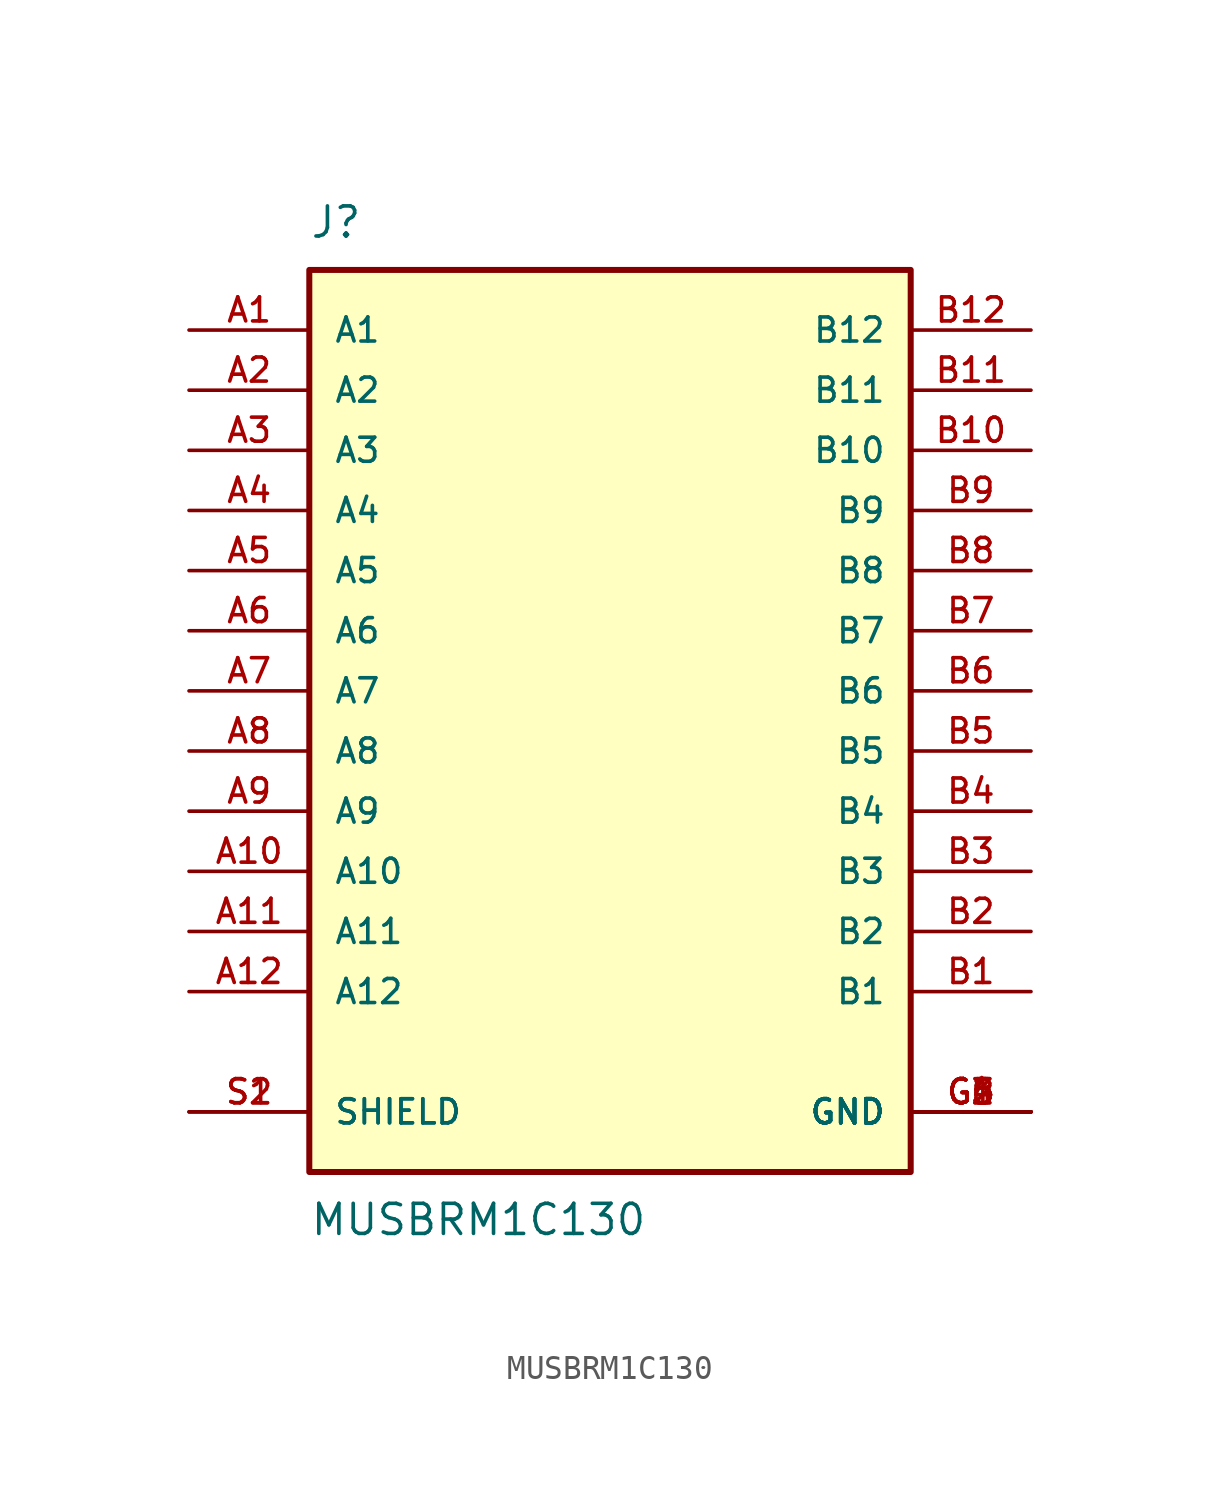
<source format=kicad_sym>
(kicad_symbol_lib
  (version 20211014)
  (generator kicad_symbol_editor)
  (symbol "MUSBRM1C130"
    (pin_names
      (offset 1.016))
    (property "Reference" "J"
      (at -12.7 19.05 0)
      (effects (font (size 1.27 1.27)) (justify bottom left)))
    (property "Value" "MUSBRM1C130"
      (at -12.7 -21.59 0)
      (effects (font (size 1.27 1.27)) (justify top left)))
    (symbol "MUSBRM1C130_0_0"
      (rectangle (start -12.7 -20.32) (end 12.7 17.78) (stroke (width 0.254)) (fill (type background)))
      (pin passive line (at -17.78 15.24 0) (length 5.08) (name "A1" (effects (font (size 1.016 1.016)))) (number "A1" (effects (font (size 1.016 1.016)))))
      (pin passive line (at 17.78 15.24 180.0) (length 5.08) (name "B12" (effects (font (size 1.016 1.016)))) (number "B12" (effects (font (size 1.016 1.016)))))
      (pin passive line (at -17.78 12.7 0) (length 5.08) (name "A2" (effects (font (size 1.016 1.016)))) (number "A2" (effects (font (size 1.016 1.016)))))
      (pin passive line (at -17.78 10.16 0) (length 5.08) (name "A3" (effects (font (size 1.016 1.016)))) (number "A3" (effects (font (size 1.016 1.016)))))
      (pin passive line (at -17.78 7.62 0) (length 5.08) (name "A4" (effects (font (size 1.016 1.016)))) (number "A4" (effects (font (size 1.016 1.016)))))
      (pin passive line (at -17.78 5.08 0) (length 5.08) (name "A5" (effects (font (size 1.016 1.016)))) (number "A5" (effects (font (size 1.016 1.016)))))
      (pin passive line (at -17.78 2.54 0) (length 5.08) (name "A6" (effects (font (size 1.016 1.016)))) (number "A6" (effects (font (size 1.016 1.016)))))
      (pin passive line (at -17.78 0.0 0) (length 5.08) (name "A7" (effects (font (size 1.016 1.016)))) (number "A7" (effects (font (size 1.016 1.016)))))
      (pin passive line (at -17.78 -2.54 0) (length 5.08) (name "A8" (effects (font (size 1.016 1.016)))) (number "A8" (effects (font (size 1.016 1.016)))))
      (pin passive line (at -17.78 -5.08 0) (length 5.08) (name "A9" (effects (font (size 1.016 1.016)))) (number "A9" (effects (font (size 1.016 1.016)))))
      (pin passive line (at -17.78 -7.62 0) (length 5.08) (name "A10" (effects (font (size 1.016 1.016)))) (number "A10" (effects (font (size 1.016 1.016)))))
      (pin passive line (at -17.78 -10.16 0) (length 5.08) (name "A11" (effects (font (size 1.016 1.016)))) (number "A11" (effects (font (size 1.016 1.016)))))
      (pin passive line (at -17.78 -12.7 0) (length 5.08) (name "A12" (effects (font (size 1.016 1.016)))) (number "A12" (effects (font (size 1.016 1.016)))))
      (pin passive line (at 17.78 -12.7 180.0) (length 5.08) (name "B1" (effects (font (size 1.016 1.016)))) (number "B1" (effects (font (size 1.016 1.016)))))
      (pin passive line (at 17.78 -10.16 180.0) (length 5.08) (name "B2" (effects (font (size 1.016 1.016)))) (number "B2" (effects (font (size 1.016 1.016)))))
      (pin passive line (at 17.78 -7.62 180.0) (length 5.08) (name "B3" (effects (font (size 1.016 1.016)))) (number "B3" (effects (font (size 1.016 1.016)))))
      (pin passive line (at 17.78 -5.08 180.0) (length 5.08) (name "B4" (effects (font (size 1.016 1.016)))) (number "B4" (effects (font (size 1.016 1.016)))))
      (pin passive line (at 17.78 -2.54 180.0) (length 5.08) (name "B5" (effects (font (size 1.016 1.016)))) (number "B5" (effects (font (size 1.016 1.016)))))
      (pin passive line (at 17.78 0.0 180.0) (length 5.08) (name "B6" (effects (font (size 1.016 1.016)))) (number "B6" (effects (font (size 1.016 1.016)))))
      (pin passive line (at 17.78 2.54 180.0) (length 5.08) (name "B7" (effects (font (size 1.016 1.016)))) (number "B7" (effects (font (size 1.016 1.016)))))
      (pin passive line (at 17.78 5.08 180.0) (length 5.08) (name "B8" (effects (font (size 1.016 1.016)))) (number "B8" (effects (font (size 1.016 1.016)))))
      (pin passive line (at 17.78 7.62 180.0) (length 5.08) (name "B9" (effects (font (size 1.016 1.016)))) (number "B9" (effects (font (size 1.016 1.016)))))
      (pin passive line (at 17.78 10.16 180.0) (length 5.08) (name "B10" (effects (font (size 1.016 1.016)))) (number "B10" (effects (font (size 1.016 1.016)))))
      (pin passive line (at 17.78 12.7 180.0) (length 5.08) (name "B11" (effects (font (size 1.016 1.016)))) (number "B11" (effects (font (size 1.016 1.016)))))
      (pin passive line (at -17.78 -17.78 0) (length 5.08) (name "SHIELD" (effects (font (size 1.016 1.016)))) (number "S1" (effects (font (size 1.016 1.016)))))
      (pin passive line (at -17.78 -17.78 0) (length 5.08) (name "SHIELD" (effects (font (size 1.016 1.016)))) (number "S2" (effects (font (size 1.016 1.016)))))
      (pin power_in line (at 17.78 -17.78 180.0) (length 5.08) (name "GND" (effects (font (size 1.016 1.016)))) (number "G1" (effects (font (size 1.016 1.016)))))
      (pin power_in line (at 17.78 -17.78 180.0) (length 5.08) (name "GND" (effects (font (size 1.016 1.016)))) (number "G2" (effects (font (size 1.016 1.016)))))
      (pin power_in line (at 17.78 -17.78 180.0) (length 5.08) (name "GND" (effects (font (size 1.016 1.016)))) (number "G3" (effects (font (size 1.016 1.016)))))
      (pin power_in line (at 17.78 -17.78 180.0) (length 5.08) (name "GND" (effects (font (size 1.016 1.016)))) (number "G4" (effects (font (size 1.016 1.016)))))
      (pin power_in line (at 17.78 -17.78 180.0) (length 5.08) (name "GND" (effects (font (size 1.016 1.016)))) (number "G5" (effects (font (size 1.016 1.016)))))
      (pin power_in line (at 17.78 -17.78 180.0) (length 5.08) (name "GND" (effects (font (size 1.016 1.016)))) (number "G6" (effects (font (size 1.016 1.016))))))))
</source>
